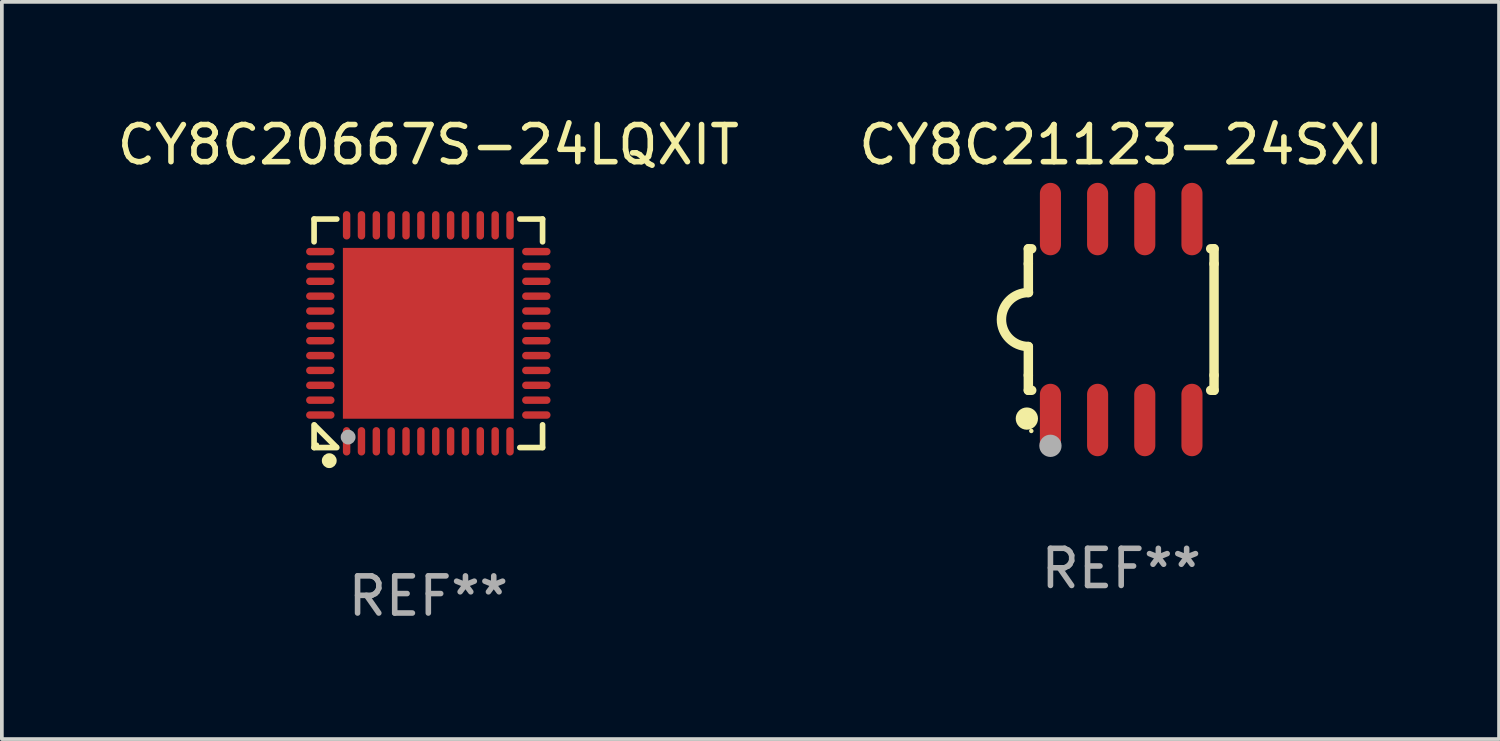
<source format=kicad_pcb>
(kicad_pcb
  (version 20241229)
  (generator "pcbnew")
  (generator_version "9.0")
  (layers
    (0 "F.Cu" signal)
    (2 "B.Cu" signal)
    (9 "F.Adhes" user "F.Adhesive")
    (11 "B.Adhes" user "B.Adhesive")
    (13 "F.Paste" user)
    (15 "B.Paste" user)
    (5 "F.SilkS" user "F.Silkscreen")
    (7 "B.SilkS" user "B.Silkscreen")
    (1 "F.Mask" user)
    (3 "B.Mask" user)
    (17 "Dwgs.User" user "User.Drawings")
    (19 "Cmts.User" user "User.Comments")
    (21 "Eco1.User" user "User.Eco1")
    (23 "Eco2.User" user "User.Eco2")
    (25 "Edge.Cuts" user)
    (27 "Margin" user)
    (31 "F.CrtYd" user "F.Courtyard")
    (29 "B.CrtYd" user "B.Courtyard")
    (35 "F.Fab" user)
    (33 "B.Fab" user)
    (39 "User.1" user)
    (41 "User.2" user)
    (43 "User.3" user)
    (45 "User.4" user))
  (footprint "CY8C20667S-24LQXIT"
    (layer "F.Cu")
    (at 8.482 5.924)
    (property "Reference" "CY8C20667S-24LQXIT" (at 0 -5.076 0) (layer "F.SilkS") (effects (font (size 1 1) (thickness 0.15))))
    (attr through_hole)
    (fp_line (start -3.076 -3.076) (end -3.076 -2.464) (stroke (width 0.152) (type solid)) (layer "F.SilkS"))
    (fp_line (start -3.076 3.076) (end -3.076 2.464) (stroke (width 0.152) (type solid)) (layer "F.SilkS"))
    (fp_line (start -3.061 2.479) (end -2.479 3.061) (stroke (width 0.152) (type solid)) (layer "F.SilkS"))
    (fp_line (start -2.464 -3.076) (end -3.076 -3.076) (stroke (width 0.152) (type solid)) (layer "F.SilkS"))
    (fp_line (start -2.464 3.076) (end -3.076 3.076) (stroke (width 0.152) (type solid)) (layer "F.SilkS"))
    (fp_line (start 2.464 -3.076) (end 3.076 -3.076) (stroke (width 0.152) (type solid)) (layer "F.SilkS"))
    (fp_line (start 2.464 3.076) (end 3.076 3.076) (stroke (width 0.152) (type solid)) (layer "F.SilkS"))
    (fp_line (start 3.076 -3.076) (end 3.076 -2.464) (stroke (width 0.152) (type solid)) (layer "F.SilkS"))
    (fp_line (start 3.076 3.076) (end 3.076 2.464) (stroke (width 0.152) (type solid)) (layer "F.SilkS"))
    (fp_circle (center -3 3) (end -2.97 3) (stroke (width 0.06) (type solid)) (fill no) (layer "F.SilkS"))
    (fp_circle (center -2.667 3.429) (end -2.567 3.429) (stroke (width 0.2) (type solid)) (fill no) (layer "F.SilkS"))
    (fp_circle (center -2.159 2.794) (end -2.059 2.794) (stroke (width 0.2) (type solid)) (fill no) (layer "F.Fab"))
    (fp_text user "REF**" (at 0 7.076 0) (layer "F.Fab") (effects (font (size 1 1) (thickness 0.15))))
    (pad "1" smd oval (at -2.2 2.908 90) (size 0.765 0.2) (layers "F.Cu" "F.Mask" "F.Paste"))
    (pad "2" smd oval (at -1.8 2.908 90) (size 0.765 0.2) (layers "F.Cu" "F.Mask" "F.Paste"))
    (pad "3" smd oval (at -1.4 2.908 90) (size 0.765 0.2) (layers "F.Cu" "F.Mask" "F.Paste"))
    (pad "4" smd oval (at -1 2.908 90) (size 0.765 0.2) (layers "F.Cu" "F.Mask" "F.Paste"))
    (pad "5" smd oval (at -0.6 2.908 90) (size 0.765 0.2) (layers "F.Cu" "F.Mask" "F.Paste"))
    (pad "6" smd oval (at -0.2 2.908 90) (size 0.765 0.2) (layers "F.Cu" "F.Mask" "F.Paste"))
    (pad "7" smd oval (at 0.2 2.908 90) (size 0.765 0.2) (layers "F.Cu" "F.Mask" "F.Paste"))
    (pad "8" smd oval (at 0.6 2.908 90) (size 0.765 0.2) (layers "F.Cu" "F.Mask" "F.Paste"))
    (pad "9" smd oval (at 1 2.908 90) (size 0.765 0.2) (layers "F.Cu" "F.Mask" "F.Paste"))
    (pad "10" smd oval (at 1.4 2.908 90) (size 0.765 0.2) (layers "F.Cu" "F.Mask" "F.Paste"))
    (pad "11" smd oval (at 1.8 2.908 90) (size 0.765 0.2) (layers "F.Cu" "F.Mask" "F.Paste"))
    (pad "12" smd oval (at 2.2 2.908 90) (size 0.765 0.2) (layers "F.Cu" "F.Mask" "F.Paste"))
    (pad "13" smd oval (at 2.908 2.2 90) (size 0.2 0.765) (layers "F.Cu" "F.Mask" "F.Paste"))
    (pad "14" smd oval (at 2.908 1.8 90) (size 0.2 0.765) (layers "F.Cu" "F.Mask" "F.Paste"))
    (pad "15" smd oval (at 2.908 1.4 90) (size 0.2 0.765) (layers "F.Cu" "F.Mask" "F.Paste"))
    (pad "16" smd oval (at 2.908 1 90) (size 0.2 0.765) (layers "F.Cu" "F.Mask" "F.Paste"))
    (pad "17" smd oval (at 2.908 0.6 90) (size 0.2 0.765) (layers "F.Cu" "F.Mask" "F.Paste"))
    (pad "18" smd oval (at 2.908 0.2 90) (size 0.2 0.765) (layers "F.Cu" "F.Mask" "F.Paste"))
    (pad "19" smd oval (at 2.908 -0.2 90) (size 0.2 0.765) (layers "F.Cu" "F.Mask" "F.Paste"))
    (pad "20" smd oval (at 2.908 -0.6 90) (size 0.2 0.765) (layers "F.Cu" "F.Mask" "F.Paste"))
    (pad "21" smd oval (at 2.908 -1 90) (size 0.2 0.765) (layers "F.Cu" "F.Mask" "F.Paste"))
    (pad "22" smd oval (at 2.908 -1.4 90) (size 0.2 0.765) (layers "F.Cu" "F.Mask" "F.Paste"))
    (pad "23" smd oval (at 2.908 -1.8 90) (size 0.2 0.765) (layers "F.Cu" "F.Mask" "F.Paste"))
    (pad "24" smd oval (at 2.908 -2.2 90) (size 0.2 0.765) (layers "F.Cu" "F.Mask" "F.Paste"))
    (pad "25" smd oval (at 2.2 -2.908 90) (size 0.765 0.2) (layers "F.Cu" "F.Mask" "F.Paste"))
    (pad "26" smd oval (at 1.8 -2.908 90) (size 0.765 0.2) (layers "F.Cu" "F.Mask" "F.Paste"))
    (pad "27" smd oval (at 1.4 -2.908 90) (size 0.765 0.2) (layers "F.Cu" "F.Mask" "F.Paste"))
    (pad "28" smd oval (at 1 -2.908 90) (size 0.765 0.2) (layers "F.Cu" "F.Mask" "F.Paste"))
    (pad "29" smd oval (at 0.6 -2.908 90) (size 0.765 0.2) (layers "F.Cu" "F.Mask" "F.Paste"))
    (pad "30" smd oval (at 0.2 -2.908 90) (size 0.765 0.2) (layers "F.Cu" "F.Mask" "F.Paste"))
    (pad "31" smd oval (at -0.2 -2.908 90) (size 0.765 0.2) (layers "F.Cu" "F.Mask" "F.Paste"))
    (pad "32" smd oval (at -0.6 -2.908 90) (size 0.765 0.2) (layers "F.Cu" "F.Mask" "F.Paste"))
    (pad "33" smd oval (at -1 -2.908 90) (size 0.765 0.2) (layers "F.Cu" "F.Mask" "F.Paste"))
    (pad "34" smd oval (at -1.4 -2.908 90) (size 0.765 0.2) (layers "F.Cu" "F.Mask" "F.Paste"))
    (pad "35" smd oval (at -1.8 -2.908 90) (size 0.765 0.2) (layers "F.Cu" "F.Mask" "F.Paste"))
    (pad "36" smd oval (at -2.2 -2.908 90) (size 0.765 0.2) (layers "F.Cu" "F.Mask" "F.Paste"))
    (pad "37" smd oval (at -2.908 -2.2 90) (size 0.2 0.765) (layers "F.Cu" "F.Mask" "F.Paste"))
    (pad "38" smd oval (at -2.908 -1.8 90) (size 0.2 0.765) (layers "F.Cu" "F.Mask" "F.Paste"))
    (pad "39" smd oval (at -2.908 -1.4 90) (size 0.2 0.765) (layers "F.Cu" "F.Mask" "F.Paste"))
    (pad "40" smd oval (at -2.908 -1 90) (size 0.2 0.765) (layers "F.Cu" "F.Mask" "F.Paste"))
    (pad "41" smd oval (at -2.908 -0.6 90) (size 0.2 0.765) (layers "F.Cu" "F.Mask" "F.Paste"))
    (pad "42" smd oval (at -2.908 -0.2 90) (size 0.2 0.765) (layers "F.Cu" "F.Mask" "F.Paste"))
    (pad "43" smd oval (at -2.908 0.2 90) (size 0.2 0.765) (layers "F.Cu" "F.Mask" "F.Paste"))
    (pad "44" smd oval (at -2.908 0.6 90) (size 0.2 0.765) (layers "F.Cu" "F.Mask" "F.Paste"))
    (pad "45" smd oval (at -2.908 1 90) (size 0.2 0.765) (layers "F.Cu" "F.Mask" "F.Paste"))
    (pad "46" smd oval (at -2.908 1.4 90) (size 0.2 0.765) (layers "F.Cu" "F.Mask" "F.Paste"))
    (pad "47" smd oval (at -2.908 1.8 90) (size 0.2 0.765) (layers "F.Cu" "F.Mask" "F.Paste"))
    (pad "48" smd oval (at -2.908 2.2 90) (size 0.2 0.765) (layers "F.Cu" "F.Mask" "F.Paste"))
    (pad "49" smd rect (at 0 0 90) (size 4.6 4.6) (layers "F.Cu" "F.Mask" "F.Paste")))
  (footprint "CY8C21123-24SXI"
    (layer "F.Cu")
    (at 27.137 5.553)
    (property "Reference" "CY8C21123-24SXI" (at 0 -4.705 0) (layer "F.SilkS") (effects (font (size 1 1) (thickness 0.15))))
    (attr through_hole)
    (fp_line (start -2.5 -1.905) (end -2.409 -1.905) (stroke (width 0.254) (type solid)) (layer "F.SilkS"))
    (fp_line (start -2.5 -1.5) (end -2.5 -1.905) (stroke (width 0.254) (type solid)) (layer "F.SilkS"))
    (fp_line (start -2.5 -1.5) (end -2.5 -0.726) (stroke (width 0.254) (type solid)) (layer "F.SilkS"))
    (fp_line (start -2.5 1.5) (end -2.5 0.727) (stroke (width 0.254) (type solid)) (layer "F.SilkS"))
    (fp_line (start -2.5 1.5) (end -2.5 1.905) (stroke (width 0.254) (type solid)) (layer "F.SilkS"))
    (fp_line (start -2.5 1.905) (end -2.409 1.905) (stroke (width 0.254) (type solid)) (layer "F.SilkS"))
    (fp_line (start 2.5 -1.905) (end 2.409 -1.905) (stroke (width 0.254) (type solid)) (layer "F.SilkS"))
    (fp_line (start 2.5 -1.5) (end 2.5 -1.905) (stroke (width 0.254) (type solid)) (layer "F.SilkS"))
    (fp_line (start 2.5 -1.5) (end 2.5 1.5) (stroke (width 0.254) (type solid)) (layer "F.SilkS"))
    (fp_line (start 2.5 1.5) (end 2.5 1.905) (stroke (width 0.254) (type solid)) (layer "F.SilkS"))
    (fp_line (start 2.5 1.905) (end 2.409 1.905) (stroke (width 0.254) (type solid)) (layer "F.SilkS"))
    (fp_arc (start -2.5 0.726568) (mid -3.220316 -0.0023) (end -2.495097 -0.726289) (stroke (width 0.254001) (type solid)) (layer "F.SilkS"))
    (fp_circle (center -2.54 2.667) (end -2.39 2.667) (stroke (width 0.3) (type solid)) (fill no) (layer "F.SilkS"))
    (fp_circle (center -2.42 3) (end -2.39 3) (stroke (width 0.06) (type solid)) (fill no) (layer "F.SilkS"))
    (fp_circle (center -1.905 3.4) (end -1.755 3.4) (stroke (width 0.3) (type solid)) (fill no) (layer "F.Fab"))
    (fp_text user "REF**" (at 0 6.705 0) (layer "F.Fab") (effects (font (size 1 1) (thickness 0.15))))
    (pad "1" smd oval (at -1.905 2.705) (size 0.568 1.95) (layers "F.Cu" "F.Mask" "F.Paste"))
    (pad "2" smd oval (at -0.635 2.705) (size 0.568 1.95) (layers "F.Cu" "F.Mask" "F.Paste"))
    (pad "3" smd oval (at 0.635 2.705) (size 0.568 1.95) (layers "F.Cu" "F.Mask" "F.Paste"))
    (pad "4" smd oval (at 1.905 2.705) (size 0.568 1.95) (layers "F.Cu" "F.Mask" "F.Paste"))
    (pad "5" smd oval (at 1.905 -2.705) (size 0.568 1.95) (layers "F.Cu" "F.Mask" "F.Paste"))
    (pad "6" smd oval (at 0.635 -2.705) (size 0.568 1.95) (layers "F.Cu" "F.Mask" "F.Paste"))
    (pad "7" smd oval (at -0.635 -2.705) (size 0.568 1.95) (layers "F.Cu" "F.Mask" "F.Paste"))
    (pad "8" smd oval (at -1.905 -2.705) (size 0.568 1.95) (layers "F.Cu" "F.Mask" "F.Paste")))
  (gr_rect
    (start -3 -3)
    (end 37.31 16.849)
    (stroke (width 0.1) (type default))
    (fill no)
    (layer "Edge.Cuts")))
</source>
